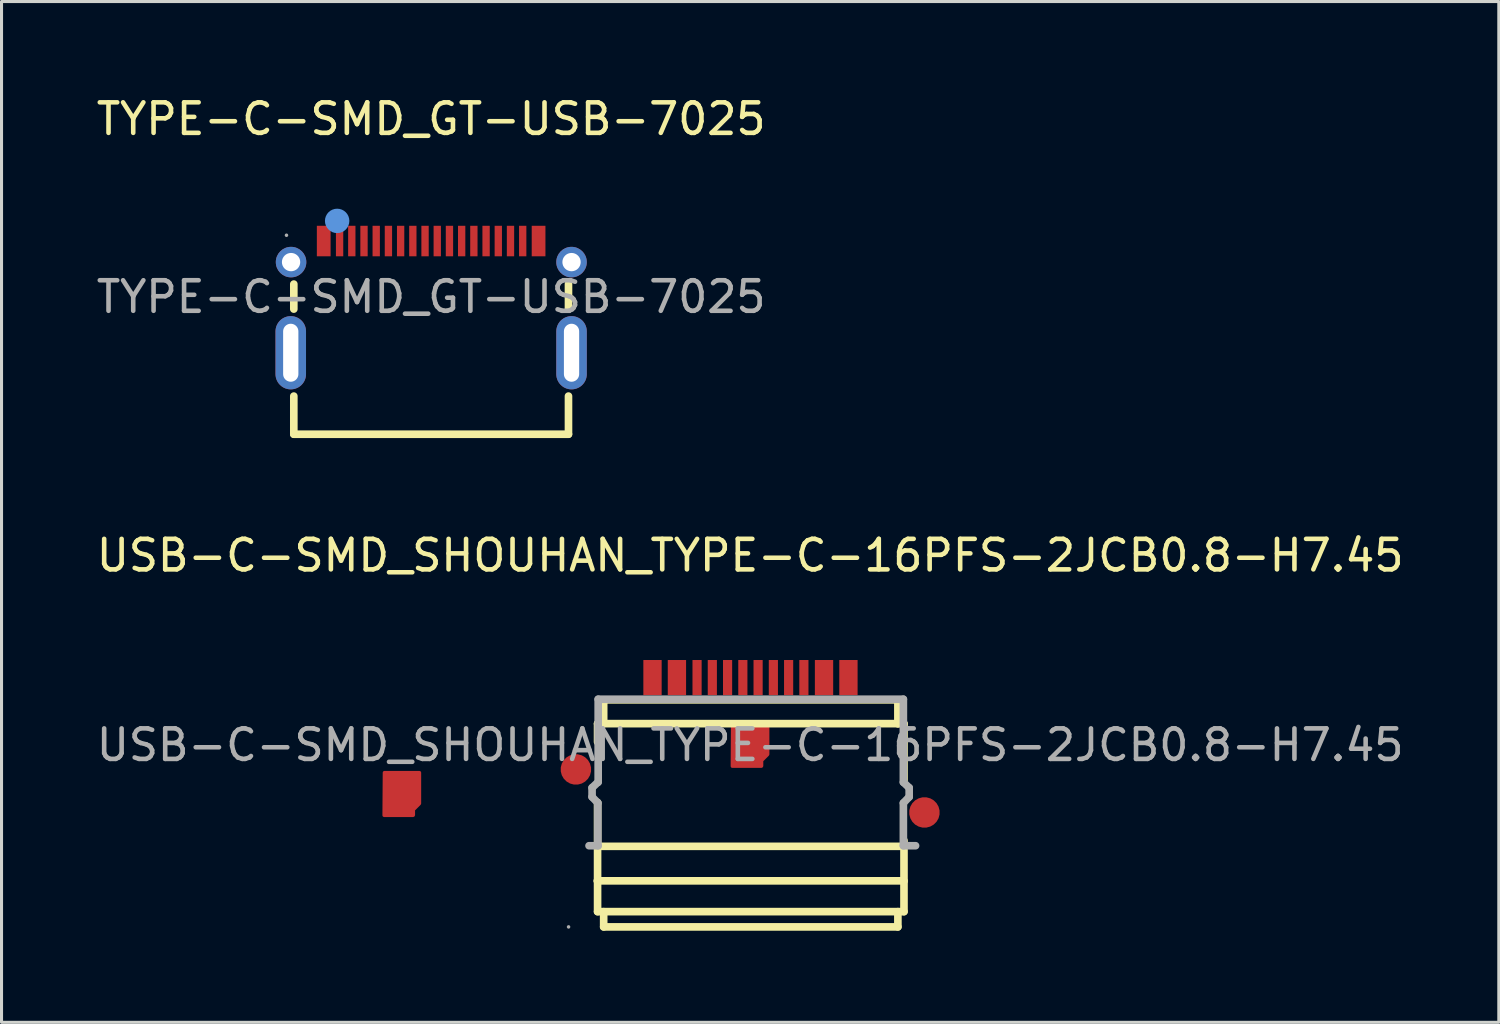
<source format=kicad_pcb>
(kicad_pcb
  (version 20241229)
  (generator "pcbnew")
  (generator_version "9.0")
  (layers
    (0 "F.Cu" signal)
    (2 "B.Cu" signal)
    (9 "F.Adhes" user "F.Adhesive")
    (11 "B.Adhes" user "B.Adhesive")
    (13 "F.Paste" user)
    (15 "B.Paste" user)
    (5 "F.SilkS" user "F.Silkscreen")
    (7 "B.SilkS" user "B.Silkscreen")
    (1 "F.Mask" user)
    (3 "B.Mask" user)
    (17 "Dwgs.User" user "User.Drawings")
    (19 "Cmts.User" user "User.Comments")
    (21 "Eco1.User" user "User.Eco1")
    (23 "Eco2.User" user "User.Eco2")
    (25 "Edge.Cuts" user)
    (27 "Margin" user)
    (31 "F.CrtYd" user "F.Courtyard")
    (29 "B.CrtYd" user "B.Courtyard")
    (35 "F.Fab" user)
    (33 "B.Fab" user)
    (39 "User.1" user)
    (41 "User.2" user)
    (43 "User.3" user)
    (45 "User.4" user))
  (footprint "TYPE-C-SMD_GT-USB-7025"
    (layer "F.Cu")
    (at 11.077 6.678)
    (property "Reference" "TYPE-C-SMD_GT-USB-7025" (at 0 -5.83 0) (layer "F.SilkS") (effects (font (size 1 1) (thickness 0.15))))
    (attr smd)
    (fp_line (start -4.5 0.4) (end -4.5 -0.42) (stroke (width 0.25) (type solid)) (layer "F.SilkS"))
    (fp_line (start -4.5 4.5) (end -4.5 3.25) (stroke (width 0.25) (type solid)) (layer "F.SilkS"))
    (fp_line (start 4.5 -0.42) (end 4.5 0.4) (stroke (width 0.25) (type solid)) (layer "F.SilkS"))
    (fp_line (start 4.5 3.25) (end 4.5 4.5) (stroke (width 0.25) (type solid)) (layer "F.SilkS"))
    (fp_line (start 4.5 4.5) (end -4.5 4.5) (stroke (width 0.25) (type solid)) (layer "F.SilkS"))
    (fp_circle (center -4.59 -1.14) (end -4.34 -1.14) (stroke (width 0.5) (type solid)) (fill no) (layer "F.Paste"))
    (fp_circle (center 4.6 -1.14) (end 4.85 -1.14) (stroke (width 0.5) (type solid)) (fill no) (layer "F.Paste"))
    (fp_circle (center -3.08 -2.49) (end -2.88 -2.49) (stroke (width 0.4) (type solid)) (fill no) (layer "Cmts.User"))
    (fp_circle (center -4.74 -2.02) (end -4.71 -2.02) (stroke (width 0.06) (type solid)) (fill no) (layer "F.Fab"))
    (fp_text user "${REFERENCE}" (at 0 0 0) (layer "F.Fab") (effects (font (size 1 1) (thickness 0.15))))
    (pad "17" thru_hole oval (at -4.6 1.83 90) (size 2.4 1) (drill oval 1.9 0.5) (layers "*.Cu" "*.Mask"))
    (pad "17" thru_hole circle (at -4.59 -1.14) (size 1 1) (drill 0.6) (layers "*.Cu" "*.Mask"))
    (pad "17" thru_hole circle (at 4.6 -1.14) (size 1 1) (drill 0.6) (layers "*.Cu" "*.Mask"))
    (pad "17" thru_hole oval (at 4.6 1.83 90) (size 2.4 1) (drill oval 1.9 0.5) (layers "*.Cu" "*.Mask"))
    (pad "18" smd rect (at -3.52 -1.83) (size 0.45 1) (layers "F.Cu" "F.Mask" "F.Paste"))
    (pad "18" smd rect (at 3.52 -1.83) (size 0.45 1) (layers "F.Cu" "F.Mask" "F.Paste"))
    (pad "A1" smd rect (at -3 -1.83) (size 0.24 1) (layers "F.Cu" "F.Mask" "F.Paste"))
    (pad "A4" smd rect (at -2.2 -1.83) (size 0.24 1) (layers "F.Cu" "F.Mask" "F.Paste"))
    (pad "A5" smd rect (at -1.4 -1.83) (size 0.24 1) (layers "F.Cu" "F.Mask" "F.Paste"))
    (pad "A6" smd rect (at -0.6 -1.83) (size 0.24 1) (layers "F.Cu" "F.Mask" "F.Paste"))
    (pad "A7" smd rect (at -0.2 -1.83) (size 0.24 1) (layers "F.Cu" "F.Mask" "F.Paste"))
    (pad "A8" smd rect (at 0.2 -1.83) (size 0.24 1) (layers "F.Cu" "F.Mask" "F.Paste"))
    (pad "A9" smd rect (at 1.8 -1.83) (size 0.24 1) (layers "F.Cu" "F.Mask" "F.Paste"))
    (pad "A12" smd rect (at 2.6 -1.83) (size 0.24 1) (layers "F.Cu" "F.Mask" "F.Paste"))
    (pad "B1" smd rect (at 3 -1.83) (size 0.24 1) (layers "F.Cu" "F.Mask" "F.Paste"))
    (pad "B4" smd rect (at 2.2 -1.83) (size 0.24 1) (layers "F.Cu" "F.Mask" "F.Paste"))
    (pad "B5" smd rect (at 1.4 -1.83) (size 0.24 1) (layers "F.Cu" "F.Mask" "F.Paste"))
    (pad "B6" smd rect (at 1 -1.83) (size 0.24 1) (layers "F.Cu" "F.Mask" "F.Paste"))
    (pad "B7" smd rect (at 0.6 -1.83) (size 0.24 1) (layers "F.Cu" "F.Mask" "F.Paste"))
    (pad "B8" smd rect (at -1 -1.83) (size 0.24 1) (layers "F.Cu" "F.Mask" "F.Paste"))
    (pad "B9" smd rect (at -1.8 -1.83) (size 0.24 1) (layers "F.Cu" "F.Mask" "F.Paste"))
    (pad "B12" smd rect (at -2.6 -1.83) (size 0.24 1) (layers "F.Cu" "F.Mask" "F.Paste")))
  (footprint "USB-C-SMD_SHOUHAN_TYPE-C-16PFS-2JCB0.8-H7.45"
    (layer "F.Cu")
    (at 21.53 21.361)
    (property "Reference" "USB-C-SMD_SHOUHAN_TYPE-C-16PFS-2JCB0.8-H7.45" (at 0 -6.21 0) (layer "F.SilkS") (effects (font (size 1 1) (thickness 0.15))))
    (attr smd)
    (fp_line (start -5.01 4.45) (end 5.03 4.45) (stroke (width 0.25) (type solid)) (layer "F.SilkS"))
    (fp_line (start -5 -0.7) (end -4.8 -0.7) (stroke (width 0.25) (type solid)) (layer "F.SilkS"))
    (fp_line (start -5 -0.1) (end -5 -0.7) (stroke (width 0.25) (type solid)) (layer "F.SilkS"))
    (fp_line (start -5 3.32) (end -5 1.88) (stroke (width 0.25) (type solid)) (layer "F.SilkS"))
    (fp_line (start -5 3.32) (end 5.04 3.32) (stroke (width 0.25) (type solid)) (layer "F.SilkS"))
    (fp_line (start -5 4.46) (end -5 3.32) (stroke (width 0.25) (type solid)) (layer "F.SilkS"))
    (fp_line (start -5 4.46) (end -5 5.46) (stroke (width 0.25) (type solid)) (layer "F.SilkS"))
    (fp_line (start -5 5.46) (end 5.04 5.46) (stroke (width 0.25) (type solid)) (layer "F.SilkS"))
    (fp_line (start -4.8 -1.48) (end -4.8 -0.7) (stroke (width 0.25) (type solid)) (layer "F.SilkS"))
    (fp_line (start -4.8 -1.48) (end 4.84 -1.48) (stroke (width 0.25) (type solid)) (layer "F.SilkS"))
    (fp_line (start -4.8 -0.7) (end 4.84 -0.7) (stroke (width 0.25) (type solid)) (layer "F.SilkS"))
    (fp_line (start -4.8 5.46) (end -4.8 5.96) (stroke (width 0.25) (type solid)) (layer "F.SilkS"))
    (fp_line (start -4.8 5.96) (end 4.84 5.96) (stroke (width 0.25) (type solid)) (layer "F.SilkS"))
    (fp_line (start 4.84 -1.48) (end 4.84 -0.7) (stroke (width 0.25) (type solid)) (layer "F.SilkS"))
    (fp_line (start 4.84 5.46) (end 4.84 5.96) (stroke (width 0.25) (type solid)) (layer "F.SilkS"))
    (fp_line (start 5.04 -0.7) (end 4.84 -0.7) (stroke (width 0.25) (type solid)) (layer "F.SilkS"))
    (fp_line (start 5.04 1.15) (end 5.04 -0.7) (stroke (width 0.25) (type solid)) (layer "F.SilkS"))
    (fp_line (start 5.04 3.32) (end 5.04 3.13) (stroke (width 0.25) (type solid)) (layer "F.SilkS"))
    (fp_line (start 5.04 4.46) (end 5.04 3.32) (stroke (width 0.25) (type solid)) (layer "F.SilkS"))
    (fp_line (start 5.04 4.46) (end 5.04 5.46) (stroke (width 0.25) (type solid)) (layer "F.SilkS"))
    (fp_line (start -5.18 1.4) (end -4.99 1.22) (stroke (width 0.25) (type solid)) (layer "F.Fab"))
    (fp_line (start -5.18 1.7) (end -5.18 1.4) (stroke (width 0.25) (type solid)) (layer "F.Fab"))
    (fp_line (start -4.99 1.9) (end -5.18 1.7) (stroke (width 0.25) (type solid)) (layer "F.Fab"))
    (fp_line (start -4.99 3.3) (end -4.99 1.9) (stroke (width 0.25) (type solid)) (layer "F.Fab"))
    (fp_line (start -4.98 -1.5) (end -4.98 1.22) (stroke (width 0.25) (type solid)) (layer "F.Fab"))
    (fp_line (start -4.98 -1.5) (end 5.02 -1.5) (stroke (width 0.25) (type solid)) (layer "F.Fab"))
    (fp_line (start -4.98 3.3) (end -5.28 3.3) (stroke (width 0.25) (type solid)) (layer "F.Fab"))
    (fp_line (start 5.02 1.22) (end 5.02 -1.5) (stroke (width 0.25) (type solid)) (layer "F.Fab"))
    (fp_line (start 5.02 1.9) (end 5.21 1.7) (stroke (width 0.25) (type solid)) (layer "F.Fab"))
    (fp_line (start 5.02 3.3) (end 5.02 1.9) (stroke (width 0.25) (type solid)) (layer "F.Fab"))
    (fp_line (start 5.02 3.3) (end 5.42 3.3) (stroke (width 0.25) (type solid)) (layer "F.Fab"))
    (fp_line (start 5.21 1.4) (end 5.02 1.22) (stroke (width 0.25) (type solid)) (layer "F.Fab"))
    (fp_line (start 5.21 1.7) (end 5.21 1.4) (stroke (width 0.25) (type solid)) (layer "F.Fab"))
    (fp_circle (center -5.95 5.96) (end -5.92 5.96) (stroke (width 0.06) (type solid)) (fill no) (layer "F.Fab"))
    (fp_text user "${REFERENCE}" (at 0 0 0) (layer "F.Fab") (effects (font (size 1 1) (thickness 0.15))))
    (pad "13" smd custom (at -5.71 0.8) (size 1 1) (layers "F.Cu" "F.Mask" "F.Paste") (options (anchor circle)) (primitives (gr_poly (pts (xy -5.12 1.12) (xy -5.12 0.1) (xy -6.28 0.1) (xy -6.29 1.51) (xy -5.33 1.51) (xy -5.32 1.5) (xy -5.32 1.32) (xy -5.12 1.12)) (width 0.1) (fill yes))))
    (pad "14" smd custom (at 5.71 2.21 180) (size 1 1) (layers "F.Cu" "F.Mask" "F.Paste") (options (anchor circle)) (primitives (gr_poly (pts (xy 5.13 1.9) (xy 5.13 2.92) (xy 6.29 2.92) (xy 6.3 1.51) (xy 5.34 1.51) (xy 5.33 1.52) (xy 5.33 1.7) (xy 5.13 1.9)) (width 0.1) (fill yes))))
    (pad "A4B9" smd rect (at -2.4 -2.21 180) (size 0.6 1.15) (layers "F.Cu" "F.Mask" "F.Paste"))
    (pad "A5" smd rect (at -1.24 -2.21) (size 0.3 1.15) (layers "F.Cu" "F.Mask" "F.Paste"))
    (pad "A6" smd rect (at -0.24 -2.21) (size 0.3 1.15) (layers "F.Cu" "F.Mask" "F.Paste"))
    (pad "A7" smd rect (at 0.26 -2.21) (size 0.3 1.15) (layers "F.Cu" "F.Mask" "F.Paste"))
    (pad "A8" smd rect (at 1.26 -2.21) (size 0.3 1.15) (layers "F.Cu" "F.Mask" "F.Paste"))
    (pad "A9B4" smd rect (at 2.42 -2.21) (size 0.6 1.15) (layers "F.Cu" "F.Mask" "F.Paste"))
    (pad "B1A12" smd rect (at 3.22 -2.21) (size 0.6 1.15) (layers "F.Cu" "F.Mask" "F.Paste"))
    (pad "B5" smd rect (at 1.76 -2.21) (size 0.3 1.15) (layers "F.Cu" "F.Mask" "F.Paste"))
    (pad "B6" smd rect (at 0.76 -2.21) (size 0.3 1.15) (layers "F.Cu" "F.Mask" "F.Paste"))
    (pad "B7" smd rect (at -0.74 -2.21) (size 0.3 1.15) (layers "F.Cu" "F.Mask" "F.Paste"))
    (pad "B8" smd rect (at -1.74 -2.21) (size 0.3 1.15) (layers "F.Cu" "F.Mask" "F.Paste"))
    (pad "B12A1" smd rect (at -3.2 -2.21 180) (size 0.6 1.15) (layers "F.Cu" "F.Mask" "F.Paste")))
  (gr_rect
    (start -3 -3)
    (end 46.06 30.447)
    (stroke (width 0.1) (type default))
    (fill no)
    (layer "Edge.Cuts")))
</source>
